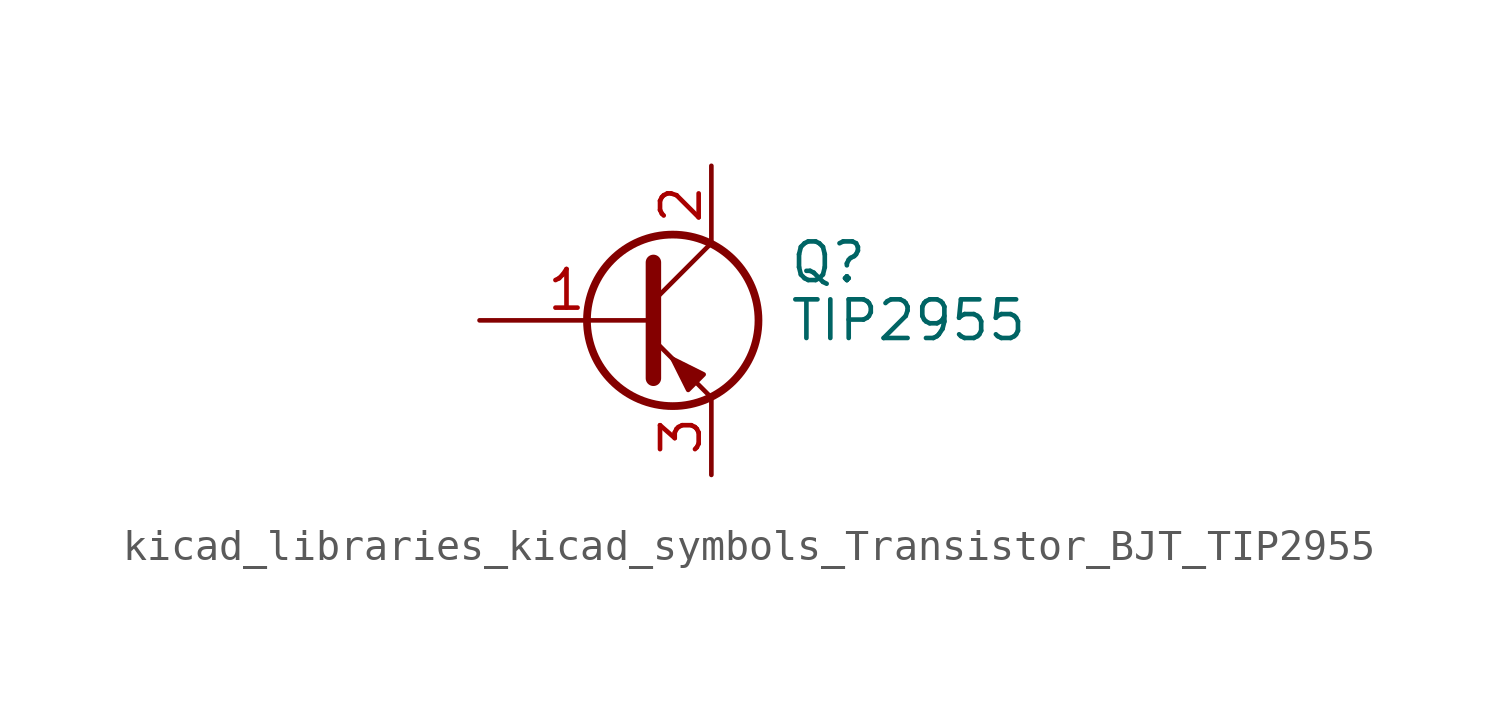
<source format=kicad_sym>
(kicad_symbol_lib
  (version 20220914)
  (generator kicad_symbol_editor)
  (symbol "kicad_libraries_kicad_symbols_Transistor_BJT_TIP2955"
    (pin_names
      (offset 0) hide)
    (property "Reference" "Q"
      (at 5.08 1.905 0)
      (effects (font (size 1.27 1.27)) (justify left)))
    (property "Value" "TIP2955"
      (at 5.08 0 0)
      (effects (font (size 1.27 1.27)) (justify left)))
    (symbol "kicad_libraries_kicad_symbols_Transistor_BJT_TIP2955_0_1"
      (polyline (pts (xy 0.635 0.635) (xy 2.54 2.54)) (stroke (width 0) (type default)) (fill (type none)))
      (polyline (pts (xy 0.635 -0.635) (xy 2.54 -2.54) (xy 2.54 -2.54)) (stroke (width 0) (type default)) (fill (type none)))
      (polyline (pts (xy 0.635 1.905) (xy 0.635 -1.905) (xy 0.635 -1.905)) (stroke (width 0.508) (type default)) (fill (type none)))
      (polyline (pts (xy 2.286 -1.778) (xy 1.778 -2.286) (xy 1.27 -1.27) (xy 2.286 -1.778) (xy 2.286 -1.778)) (stroke (width 0) (type default)) (fill (type outline)))
      (circle (center 1.27 0) (radius 2.819) (stroke (width 0.254) (type default)) (fill (type none))))
    (symbol "kicad_libraries_kicad_symbols_Transistor_BJT_TIP2955_1_1"
      (pin input line (at -5.08 0 0) (length 5.715) (name "B" (effects (font (size 1.27 1.27)))) (number "1" (effects (font (size 1.27 1.27)))))
      (pin passive line (at 2.54 5.08 270) (length 2.54) (name "C" (effects (font (size 1.27 1.27)))) (number "2" (effects (font (size 1.27 1.27)))))
      (pin passive line (at 2.54 -5.08 90) (length 2.54) (name "E" (effects (font (size 1.27 1.27)))) (number "3" (effects (font (size 1.27 1.27))))))))
</source>
